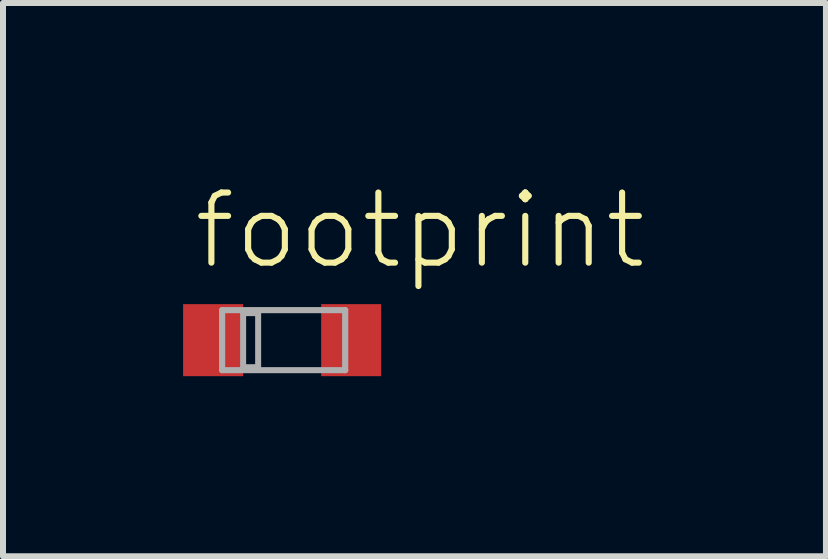
<source format=kicad_pcb>
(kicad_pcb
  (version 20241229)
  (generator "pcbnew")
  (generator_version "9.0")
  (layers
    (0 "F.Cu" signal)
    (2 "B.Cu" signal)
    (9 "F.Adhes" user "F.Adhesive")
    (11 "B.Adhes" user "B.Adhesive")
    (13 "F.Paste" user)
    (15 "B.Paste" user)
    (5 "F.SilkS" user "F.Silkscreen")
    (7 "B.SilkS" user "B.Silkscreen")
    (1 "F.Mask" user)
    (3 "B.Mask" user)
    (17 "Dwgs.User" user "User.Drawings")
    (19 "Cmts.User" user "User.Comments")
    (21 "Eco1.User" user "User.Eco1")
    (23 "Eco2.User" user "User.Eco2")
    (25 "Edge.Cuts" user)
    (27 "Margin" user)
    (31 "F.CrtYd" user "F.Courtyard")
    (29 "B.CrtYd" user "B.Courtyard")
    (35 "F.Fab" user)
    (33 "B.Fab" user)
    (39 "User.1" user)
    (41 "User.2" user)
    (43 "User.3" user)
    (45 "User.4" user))
  (footprint "footprint"
    (layer "F.Cu")
    (at 1.65 2.616)
    (property "Reference" "footprint" (at -1.524 -1.143 0) (layer "F.SilkS") (effects (font (size 1.168 1.168) (thickness 0.102)) (justify left bottom)))
    (fp_line (start -1 -0.5) (end 1.05 -0.5) (stroke (width 0.102) (type solid)) (layer "F.Fab"))
    (fp_line (start -1 0.5) (end -1 -0.5) (stroke (width 0.102) (type solid)) (layer "F.Fab"))
    (fp_line (start 1.05 -0.5) (end 1.05 0.5) (stroke (width 0.102) (type solid)) (layer "F.Fab"))
    (fp_line (start 1.05 0.5) (end -1 0.5) (stroke (width 0.102) (type solid)) (layer "F.Fab"))
    (fp_poly (pts (xy -0.65 0.45) (xy -0.4 0.45) (xy -0.4 -0.45) (xy -0.65 -0.45)) (stroke (width 0.1) (type solid)) (fill no) (layer "F.Fab"))
    (pad "A" smd rect (at 1.15 0) (size 1 1.2) (layers "F.Cu" "F.Mask" "F.Paste"))
    (pad "C" smd rect (at -1.15 0) (size 1 1.2) (layers "F.Cu" "F.Mask" "F.Paste")))
  (gr_rect
    (start -3 -3)
    (end 10.708 6.216)
    (stroke (width 0.1) (type default))
    (fill no)
    (layer "Edge.Cuts")))
</source>
